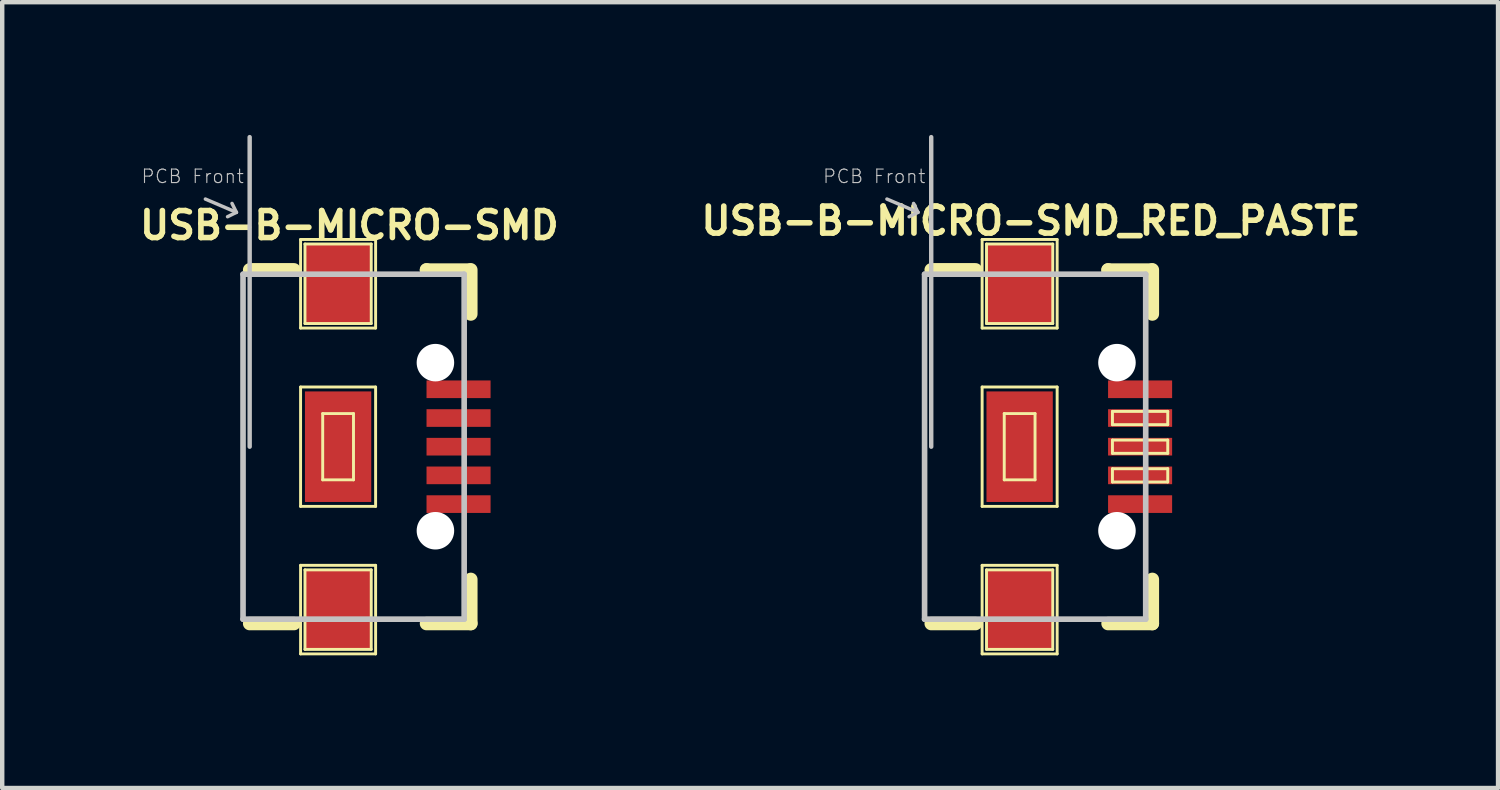
<source format=kicad_pcb>
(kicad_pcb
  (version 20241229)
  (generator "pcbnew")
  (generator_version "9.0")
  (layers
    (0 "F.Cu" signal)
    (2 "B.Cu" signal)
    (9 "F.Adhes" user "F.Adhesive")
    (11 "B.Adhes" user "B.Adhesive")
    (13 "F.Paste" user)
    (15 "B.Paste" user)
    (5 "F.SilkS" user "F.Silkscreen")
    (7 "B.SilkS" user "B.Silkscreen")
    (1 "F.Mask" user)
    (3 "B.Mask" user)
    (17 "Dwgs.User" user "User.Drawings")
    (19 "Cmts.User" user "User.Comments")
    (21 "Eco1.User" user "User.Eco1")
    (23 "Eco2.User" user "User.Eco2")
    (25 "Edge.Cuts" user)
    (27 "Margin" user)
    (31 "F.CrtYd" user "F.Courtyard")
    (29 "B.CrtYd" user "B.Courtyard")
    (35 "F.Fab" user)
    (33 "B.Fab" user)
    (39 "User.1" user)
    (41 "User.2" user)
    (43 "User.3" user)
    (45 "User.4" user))
  (footprint "USB-B-MICRO-SMD"
    (layer "F.Cu")
    (at 4.593 7.048)
    (property "Reference" "USB-B-MICRO-SMD" (at 0.254 -5.004 0) (layer "F.SilkS") (effects (font (size 0.61 0.61) (thickness 0.127))))
    (attr smd)
    (fp_line (start -0.998 -3.998) (end -1.999 -3.998) (stroke (width 0.305) (type solid)) (layer "F.SilkS"))
    (fp_line (start -0.998 3.998) (end -1.999 3.998) (stroke (width 0.305) (type solid)) (layer "F.SilkS"))
    (fp_line (start -0.848 -4.684) (end 0.848 -4.684) (stroke (width 0.066) (type solid)) (layer "F.SilkS"))
    (fp_line (start -0.848 -2.682) (end -0.848 -4.684) (stroke (width 0.066) (type solid)) (layer "F.SilkS"))
    (fp_line (start -0.848 -2.682) (end 0.848 -2.682) (stroke (width 0.066) (type solid)) (layer "F.SilkS"))
    (fp_line (start -0.848 -1.349) (end 0.848 -1.349) (stroke (width 0.066) (type solid)) (layer "F.SilkS"))
    (fp_line (start -0.848 1.349) (end -0.848 -1.349) (stroke (width 0.066) (type solid)) (layer "F.SilkS"))
    (fp_line (start -0.848 1.349) (end 0.848 1.349) (stroke (width 0.066) (type solid)) (layer "F.SilkS"))
    (fp_line (start -0.848 2.682) (end 0.848 2.682) (stroke (width 0.066) (type solid)) (layer "F.SilkS"))
    (fp_line (start -0.848 4.684) (end -0.848 2.682) (stroke (width 0.066) (type solid)) (layer "F.SilkS"))
    (fp_line (start -0.848 4.684) (end 0.848 4.684) (stroke (width 0.066) (type solid)) (layer "F.SilkS"))
    (fp_line (start -0.749 -4.582) (end 0.749 -4.582) (stroke (width 0.066) (type solid)) (layer "F.SilkS"))
    (fp_line (start -0.749 -2.784) (end -0.749 -4.582) (stroke (width 0.066) (type solid)) (layer "F.SilkS"))
    (fp_line (start -0.749 -2.784) (end 0.749 -2.784) (stroke (width 0.066) (type solid)) (layer "F.SilkS"))
    (fp_line (start -0.749 2.784) (end 0.749 2.784) (stroke (width 0.066) (type solid)) (layer "F.SilkS"))
    (fp_line (start -0.749 4.582) (end -0.749 2.784) (stroke (width 0.066) (type solid)) (layer "F.SilkS"))
    (fp_line (start -0.749 4.582) (end 0.749 4.582) (stroke (width 0.066) (type solid)) (layer "F.SilkS"))
    (fp_line (start -0.348 -0.749) (end 0.348 -0.749) (stroke (width 0.066) (type solid)) (layer "F.SilkS"))
    (fp_line (start -0.348 0.749) (end -0.348 -0.749) (stroke (width 0.066) (type solid)) (layer "F.SilkS"))
    (fp_line (start -0.348 0.749) (end 0.348 0.749) (stroke (width 0.066) (type solid)) (layer "F.SilkS"))
    (fp_line (start 0.348 0.749) (end 0.348 -0.749) (stroke (width 0.066) (type solid)) (layer "F.SilkS"))
    (fp_line (start 0.749 -2.784) (end 0.749 -4.582) (stroke (width 0.066) (type solid)) (layer "F.SilkS"))
    (fp_line (start 0.749 4.582) (end 0.749 2.784) (stroke (width 0.066) (type solid)) (layer "F.SilkS"))
    (fp_line (start 0.848 -2.682) (end 0.848 -4.684) (stroke (width 0.066) (type solid)) (layer "F.SilkS"))
    (fp_line (start 0.848 1.349) (end 0.848 -1.349) (stroke (width 0.066) (type solid)) (layer "F.SilkS"))
    (fp_line (start 0.848 4.684) (end 0.848 2.682) (stroke (width 0.066) (type solid)) (layer "F.SilkS"))
    (fp_line (start 1.999 -3.993) (end 1.999 -3.998) (stroke (width 0.305) (type solid)) (layer "F.SilkS"))
    (fp_line (start 1.999 3.998) (end 3 3.998) (stroke (width 0.305) (type solid)) (layer "F.SilkS"))
    (fp_line (start 2.979 -3.993) (end 1.999 -3.993) (stroke (width 0.305) (type solid)) (layer "F.SilkS"))
    (fp_line (start 3 -3.998) (end 3 -3) (stroke (width 0.305) (type solid)) (layer "F.SilkS"))
    (fp_line (start 3 3.998) (end 3 3) (stroke (width 0.305) (type solid)) (layer "F.SilkS"))
    (fp_line (start -3 -5.598) (end -2.299 -5.298) (stroke (width 0.079) (type solid)) (layer "Dwgs.User"))
    (fp_line (start -2.299 -5.298) (end -2.499 -5.199) (stroke (width 0.079) (type solid)) (layer "Dwgs.User"))
    (fp_line (start -2.299 -5.298) (end -2.398 -5.499) (stroke (width 0.079) (type solid)) (layer "Dwgs.User"))
    (fp_line (start -2.149 -3.899) (end -2.149 3.899) (stroke (width 0.127) (type solid)) (layer "Dwgs.User"))
    (fp_line (start -1.999 -6.998) (end -1.999 0) (stroke (width 0.1) (type solid)) (layer "Dwgs.User"))
    (fp_line (start 2.85 -3.899) (end -2.149 -3.899) (stroke (width 0.127) (type solid)) (layer "Dwgs.User"))
    (fp_line (start 2.85 -3.899) (end 2.85 3.899) (stroke (width 0.127) (type solid)) (layer "Dwgs.User"))
    (fp_line (start 2.85 3.899) (end -2.149 3.899) (stroke (width 0.127) (type solid)) (layer "Dwgs.User"))
    (fp_text user "PCB Front" (at -3.287 -6.111 0) (layer "Dwgs.User") (effects (font (size 0.305 0.305) (thickness 0.025))))
    (pad "" np_thru_hole circle (at 2.2 -1.9) (size 0.848 0.848) (drill 0.848) (layers "*.Cu" "*.Mask"))
    (pad "" np_thru_hole circle (at 2.2 1.9) (size 0.848 0.848) (drill 0.848) (layers "*.Cu" "*.Mask"))
    (pad "D+" smd rect (at 2.723 0 90) (size 0.399 1.448) (layers "F.Cu" "F.Mask" "F.Paste"))
    (pad "D-" smd rect (at 2.723 -0.648 90) (size 0.399 1.448) (layers "F.Cu" "F.Mask" "F.Paste"))
    (pad "GND" smd rect (at 2.723 1.298 90) (size 0.399 1.448) (layers "F.Cu" "F.Mask" "F.Paste"))
    (pad "ID" smd rect (at 2.723 0.648 90) (size 0.399 1.448) (layers "F.Cu" "F.Mask" "F.Paste"))
    (pad "SHIE" smd rect (at 0 -3.683 90) (size 1.798 1.499) (layers "F.Cu" "F.Mask" "F.Paste"))
    (pad "SHIE" smd rect (at 0 0 90) (size 2.499 1.499) (layers "F.Cu" "F.Mask" "F.Paste"))
    (pad "SHIE" smd rect (at 0 3.683 90) (size 1.798 1.499) (layers "F.Cu" "F.Mask" "F.Paste"))
    (pad "VBUS" smd rect (at 2.723 -1.298 90) (size 0.399 1.448) (layers "F.Cu" "F.Mask" "F.Paste")))
  (footprint "USB-B-MICRO-SMD_RED_PASTE"
    (layer "F.Cu")
    (at 20 7.048)
    (property "Reference" "USB-B-MICRO-SMD_RED_PASTE" (at 0.254 -5.105 0) (layer "F.SilkS") (effects (font (size 0.61 0.61) (thickness 0.127))))
    (attr smd)
    (fp_line (start -0.998 -3.998) (end -1.999 -3.998) (stroke (width 0.305) (type solid)) (layer "F.SilkS"))
    (fp_line (start -0.998 3.998) (end -1.999 3.998) (stroke (width 0.305) (type solid)) (layer "F.SilkS"))
    (fp_line (start -0.848 -4.684) (end 0.848 -4.684) (stroke (width 0.066) (type solid)) (layer "F.SilkS"))
    (fp_line (start -0.848 -2.682) (end -0.848 -4.684) (stroke (width 0.066) (type solid)) (layer "F.SilkS"))
    (fp_line (start -0.848 -2.682) (end 0.848 -2.682) (stroke (width 0.066) (type solid)) (layer "F.SilkS"))
    (fp_line (start -0.848 -1.349) (end 0.848 -1.349) (stroke (width 0.066) (type solid)) (layer "F.SilkS"))
    (fp_line (start -0.848 1.349) (end -0.848 -1.349) (stroke (width 0.066) (type solid)) (layer "F.SilkS"))
    (fp_line (start -0.848 1.349) (end 0.848 1.349) (stroke (width 0.066) (type solid)) (layer "F.SilkS"))
    (fp_line (start -0.848 2.682) (end 0.848 2.682) (stroke (width 0.066) (type solid)) (layer "F.SilkS"))
    (fp_line (start -0.848 4.684) (end -0.848 2.682) (stroke (width 0.066) (type solid)) (layer "F.SilkS"))
    (fp_line (start -0.848 4.684) (end 0.848 4.684) (stroke (width 0.066) (type solid)) (layer "F.SilkS"))
    (fp_line (start -0.749 -4.582) (end 0.749 -4.582) (stroke (width 0.066) (type solid)) (layer "F.SilkS"))
    (fp_line (start -0.749 -2.784) (end -0.749 -4.582) (stroke (width 0.066) (type solid)) (layer "F.SilkS"))
    (fp_line (start -0.749 -2.784) (end 0.749 -2.784) (stroke (width 0.066) (type solid)) (layer "F.SilkS"))
    (fp_line (start -0.749 2.784) (end 0.749 2.784) (stroke (width 0.066) (type solid)) (layer "F.SilkS"))
    (fp_line (start -0.749 4.582) (end -0.749 2.784) (stroke (width 0.066) (type solid)) (layer "F.SilkS"))
    (fp_line (start -0.749 4.582) (end 0.749 4.582) (stroke (width 0.066) (type solid)) (layer "F.SilkS"))
    (fp_line (start -0.348 -0.749) (end 0.348 -0.749) (stroke (width 0.066) (type solid)) (layer "F.SilkS"))
    (fp_line (start -0.348 0.749) (end -0.348 -0.749) (stroke (width 0.066) (type solid)) (layer "F.SilkS"))
    (fp_line (start -0.348 0.749) (end 0.348 0.749) (stroke (width 0.066) (type solid)) (layer "F.SilkS"))
    (fp_line (start 0.348 0.749) (end 0.348 -0.749) (stroke (width 0.066) (type solid)) (layer "F.SilkS"))
    (fp_line (start 0.749 -2.784) (end 0.749 -4.582) (stroke (width 0.066) (type solid)) (layer "F.SilkS"))
    (fp_line (start 0.749 4.582) (end 0.749 2.784) (stroke (width 0.066) (type solid)) (layer "F.SilkS"))
    (fp_line (start 0.848 -2.682) (end 0.848 -4.684) (stroke (width 0.066) (type solid)) (layer "F.SilkS"))
    (fp_line (start 0.848 1.349) (end 0.848 -1.349) (stroke (width 0.066) (type solid)) (layer "F.SilkS"))
    (fp_line (start 0.848 4.684) (end 0.848 2.682) (stroke (width 0.066) (type solid)) (layer "F.SilkS"))
    (fp_line (start 1.999 -3.993) (end 1.999 -3.998) (stroke (width 0.305) (type solid)) (layer "F.SilkS"))
    (fp_line (start 1.999 3.998) (end 3 3.998) (stroke (width 0.305) (type solid)) (layer "F.SilkS"))
    (fp_line (start 2.098 -0.798) (end 3.348 -0.798) (stroke (width 0.066) (type solid)) (layer "F.SilkS"))
    (fp_line (start 2.098 -0.498) (end 2.098 -0.798) (stroke (width 0.066) (type solid)) (layer "F.SilkS"))
    (fp_line (start 2.098 -0.498) (end 3.348 -0.498) (stroke (width 0.066) (type solid)) (layer "F.SilkS"))
    (fp_line (start 2.098 -0.15) (end 3.348 -0.15) (stroke (width 0.066) (type solid)) (layer "F.SilkS"))
    (fp_line (start 2.098 0.15) (end 2.098 -0.15) (stroke (width 0.066) (type solid)) (layer "F.SilkS"))
    (fp_line (start 2.098 0.15) (end 3.348 0.15) (stroke (width 0.066) (type solid)) (layer "F.SilkS"))
    (fp_line (start 2.098 0.498) (end 3.348 0.498) (stroke (width 0.066) (type solid)) (layer "F.SilkS"))
    (fp_line (start 2.098 0.798) (end 2.098 0.498) (stroke (width 0.066) (type solid)) (layer "F.SilkS"))
    (fp_line (start 2.098 0.798) (end 3.348 0.798) (stroke (width 0.066) (type solid)) (layer "F.SilkS"))
    (fp_line (start 2.979 -3.993) (end 1.999 -3.993) (stroke (width 0.305) (type solid)) (layer "F.SilkS"))
    (fp_line (start 3 -3.998) (end 3 -3) (stroke (width 0.305) (type solid)) (layer "F.SilkS"))
    (fp_line (start 3 3.998) (end 3 3) (stroke (width 0.305) (type solid)) (layer "F.SilkS"))
    (fp_line (start 3.348 -0.498) (end 3.348 -0.798) (stroke (width 0.066) (type solid)) (layer "F.SilkS"))
    (fp_line (start 3.348 0.15) (end 3.348 -0.15) (stroke (width 0.066) (type solid)) (layer "F.SilkS"))
    (fp_line (start 3.348 0.798) (end 3.348 0.498) (stroke (width 0.066) (type solid)) (layer "F.SilkS"))
    (fp_line (start -3 -5.598) (end -2.299 -5.298) (stroke (width 0.079) (type solid)) (layer "Dwgs.User"))
    (fp_line (start -2.299 -5.298) (end -2.499 -5.199) (stroke (width 0.079) (type solid)) (layer "Dwgs.User"))
    (fp_line (start -2.299 -5.298) (end -2.398 -5.499) (stroke (width 0.079) (type solid)) (layer "Dwgs.User"))
    (fp_line (start -2.149 -3.899) (end -2.149 3.899) (stroke (width 0.127) (type solid)) (layer "Dwgs.User"))
    (fp_line (start -1.999 -6.998) (end -1.999 0) (stroke (width 0.1) (type solid)) (layer "Dwgs.User"))
    (fp_line (start 2.85 -3.899) (end -2.149 -3.899) (stroke (width 0.127) (type solid)) (layer "Dwgs.User"))
    (fp_line (start 2.85 -3.899) (end 2.85 3.899) (stroke (width 0.127) (type solid)) (layer "Dwgs.User"))
    (fp_line (start 2.85 3.899) (end -2.149 3.899) (stroke (width 0.127) (type solid)) (layer "Dwgs.User"))
    (fp_text user "PCB Front" (at -3.287 -6.111 0) (layer "Dwgs.User") (effects (font (size 0.305 0.305) (thickness 0.025))))
    (pad "" np_thru_hole circle (at 2.2 -1.9) (size 0.848 0.848) (drill 0.848) (layers "*.Cu" "*.Mask"))
    (pad "" np_thru_hole circle (at 2.2 1.9) (size 0.848 0.848) (drill 0.848) (layers "*.Cu" "*.Mask"))
    (pad "D+" smd rect (at 2.723 0 90) (size 0.399 1.448) (layers "F.Cu" "F.Mask" "F.Paste"))
    (pad "D-" smd rect (at 2.723 -0.648 90) (size 0.399 1.448) (layers "F.Cu" "F.Mask" "F.Paste"))
    (pad "GND" smd rect (at 2.723 1.298 90) (size 0.399 1.448) (layers "F.Cu" "F.Mask" "F.Paste"))
    (pad "ID" smd rect (at 2.723 0.648 90) (size 0.399 1.448) (layers "F.Cu" "F.Mask" "F.Paste"))
    (pad "SHIE" smd rect (at 0 -3.683 90) (size 1.798 1.499) (layers "F.Cu" "F.Mask" "F.Paste"))
    (pad "SHIE" smd rect (at 0 0 90) (size 2.499 1.499) (layers "F.Cu" "F.Mask" "F.Paste"))
    (pad "SHIE" smd rect (at 0 3.683 90) (size 1.798 1.499) (layers "F.Cu" "F.Mask" "F.Paste"))
    (pad "VBUS" smd rect (at 2.723 -1.298 90) (size 0.399 1.448) (layers "F.Cu" "F.Mask" "F.Paste")))
  (gr_rect
    (start -3 -3)
    (end 30.815 14.764)
    (stroke (width 0.1) (type default))
    (fill no)
    (layer "Edge.Cuts")))
</source>
